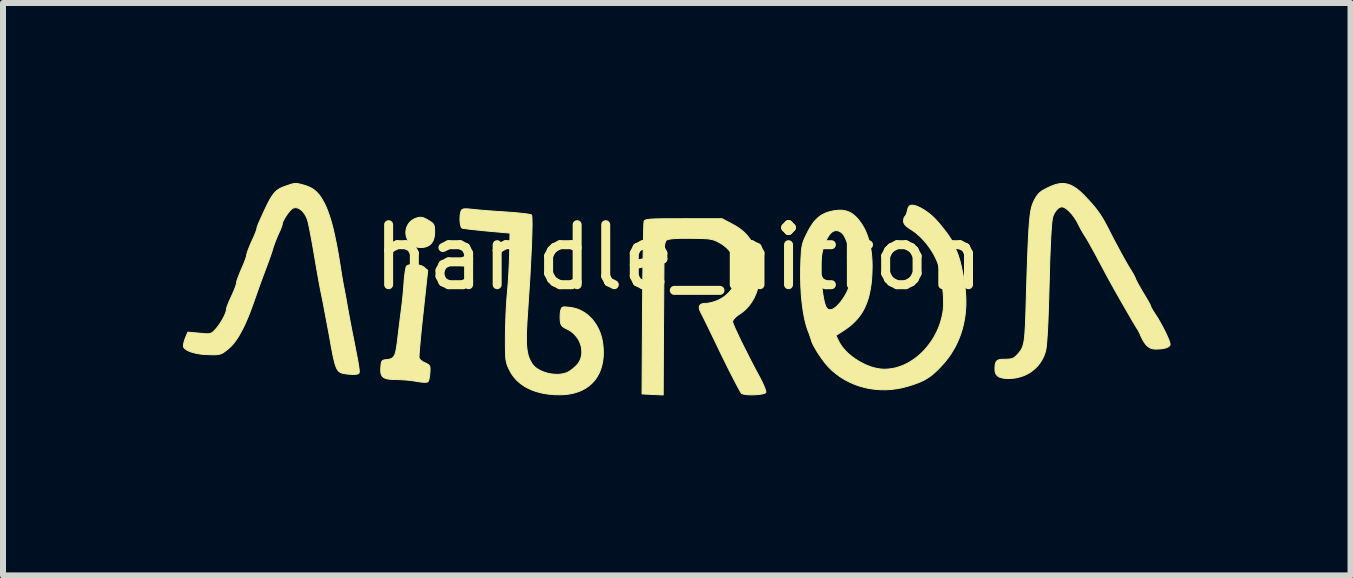
<source format=kicad_pcb>
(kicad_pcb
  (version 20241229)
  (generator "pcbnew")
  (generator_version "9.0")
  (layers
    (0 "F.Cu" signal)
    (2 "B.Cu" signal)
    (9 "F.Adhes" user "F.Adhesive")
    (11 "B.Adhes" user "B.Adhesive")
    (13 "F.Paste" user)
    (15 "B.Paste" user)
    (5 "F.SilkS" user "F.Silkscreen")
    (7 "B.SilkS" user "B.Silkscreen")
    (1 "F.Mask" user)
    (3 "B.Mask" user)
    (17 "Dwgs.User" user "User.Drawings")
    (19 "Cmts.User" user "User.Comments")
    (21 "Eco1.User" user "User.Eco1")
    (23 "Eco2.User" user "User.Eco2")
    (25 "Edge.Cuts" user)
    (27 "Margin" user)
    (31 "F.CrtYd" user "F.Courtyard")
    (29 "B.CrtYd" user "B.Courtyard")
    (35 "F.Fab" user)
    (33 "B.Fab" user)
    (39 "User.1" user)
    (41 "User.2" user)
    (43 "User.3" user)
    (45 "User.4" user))
  (footprint "handle_nitron"
    (layer "F.Cu")
    (at 8.262 1.741)
    (property "Reference" "handle_nitron" (at 0 -0.5 0) (unlocked yes) (layer "F.SilkS") (effects (font (size 1 1) (thickness 0.15))))
    (attr smd)
    (fp_poly (pts (xy -4.289 -1.168) (xy -4.277 -1.166) (xy -4.265 -1.164) (xy -4.252 -1.16) (xy -4.239 -1.155) (xy -4.226 -1.149) (xy -4.211 -1.142) (xy -4.196 -1.134) (xy -4.18 -1.124) (xy -4.162 -1.114) (xy -4.147 -1.104) (xy -4.133 -1.095) (xy -4.121 -1.087) (xy -4.11 -1.078) (xy -4.101 -1.07) (xy -4.097 -1.066) (xy -4.094 -1.062) (xy -4.09 -1.057) (xy -4.087 -1.053) (xy -4.084 -1.048) (xy -4.082 -1.044) (xy -4.079 -1.039) (xy -4.077 -1.034) (xy -4.075 -1.028) (xy -4.074 -1.023) (xy -4.071 -1.01) (xy -4.069 -0.997) (xy -4.068 -0.982) (xy -4.067 -0.965) (xy -4.066 -0.946) (xy -4.066 -0.925) (xy -4.067 -0.909) (xy -4.067 -0.894) (xy -4.068 -0.879) (xy -4.07 -0.864) (xy -4.072 -0.85) (xy -4.075 -0.837) (xy -4.078 -0.824) (xy -4.081 -0.812) (xy -4.085 -0.8) (xy -4.089 -0.788) (xy -4.094 -0.777) (xy -4.099 -0.767) (xy -4.105 -0.757) (xy -4.111 -0.748) (xy -4.118 -0.739) (xy -4.125 -0.73) (xy -4.132 -0.723) (xy -4.14 -0.715) (xy -4.149 -0.708) (xy -4.158 -0.702) (xy -4.167 -0.696) (xy -4.177 -0.691) (xy -4.187 -0.686) (xy -4.197 -0.682) (xy -4.208 -0.678) (xy -4.22 -0.674) (xy -4.232 -0.672) (xy -4.244 -0.669) (xy -4.257 -0.667) (xy -4.27 -0.666) (xy -4.284 -0.665) (xy -4.298 -0.665) (xy -4.324 -0.666) (xy -4.348 -0.67) (xy -4.371 -0.675) (xy -4.393 -0.682) (xy -4.414 -0.691) (xy -4.433 -0.702) (xy -4.45 -0.714) (xy -4.467 -0.728) (xy -4.481 -0.743) (xy -4.495 -0.759) (xy -4.506 -0.776) (xy -4.517 -0.794) (xy -4.526 -0.813) (xy -4.533 -0.833) (xy -4.539 -0.853) (xy -4.543 -0.873) (xy -4.545 -0.894) (xy -4.546 -0.915) (xy -4.545 -0.936) (xy -4.543 -0.957) (xy -4.539 -0.977) (xy -4.533 -0.998) (xy -4.525 -1.017) (xy -4.516 -1.037) (xy -4.505 -1.055) (xy -4.492 -1.073) (xy -4.478 -1.089) (xy -4.461 -1.105) (xy -4.443 -1.119) (xy -4.423 -1.132) (xy -4.401 -1.144) (xy -4.377 -1.153) (xy -4.363 -1.158) (xy -4.35 -1.162) (xy -4.337 -1.165) (xy -4.325 -1.167) (xy -4.313 -1.169) (xy -4.301 -1.169)) (stroke (width 0.016) (type solid)) (fill yes) (layer "F.SilkS"))
    (fp_poly (pts (xy -4.401 -0.382) (xy -4.378 -0.381) (xy -4.355 -0.378) (xy -4.332 -0.373) (xy -4.31 -0.368) (xy -4.29 -0.362) (xy -4.271 -0.354) (xy -4.263 -0.35) (xy -4.255 -0.345) (xy -4.248 -0.34) (xy -4.241 -0.335) (xy -4.182 -0.284) (xy -4.258 0.421) (xy -4.288 0.698) (xy -4.31 0.932) (xy -4.318 1.025) (xy -4.324 1.098) (xy -4.326 1.148) (xy -4.327 1.164) (xy -4.326 1.172) (xy -4.326 1.175) (xy -4.325 1.177) (xy -4.324 1.18) (xy -4.323 1.182) (xy -4.32 1.187) (xy -4.317 1.193) (xy -4.312 1.198) (xy -4.307 1.204) (xy -4.301 1.21) (xy -4.295 1.216) (xy -4.288 1.221) (xy -4.28 1.227) (xy -4.272 1.232) (xy -4.264 1.238) (xy -4.255 1.243) (xy -4.246 1.248) (xy -4.237 1.252) (xy -4.227 1.257) (xy -4.212 1.263) (xy -4.199 1.27) (xy -4.188 1.276) (xy -4.178 1.282) (xy -4.173 1.285) (xy -4.169 1.288) (xy -4.165 1.291) (xy -4.162 1.294) (xy -4.159 1.298) (xy -4.156 1.301) (xy -4.154 1.305) (xy -4.151 1.309) (xy -4.149 1.314) (xy -4.148 1.318) (xy -4.146 1.323) (xy -4.145 1.328) (xy -4.144 1.334) (xy -4.144 1.34) (xy -4.143 1.352) (xy -4.143 1.367) (xy -4.143 1.384) (xy -4.144 1.402) (xy -4.145 1.423) (xy -4.147 1.436) (xy -4.148 1.45) (xy -4.149 1.462) (xy -4.151 1.475) (xy -4.153 1.487) (xy -4.155 1.499) (xy -4.157 1.51) (xy -4.159 1.52) (xy -4.161 1.53) (xy -4.164 1.539) (xy -4.166 1.547) (xy -4.169 1.555) (xy -4.171 1.561) (xy -4.174 1.566) (xy -4.175 1.568) (xy -4.177 1.57) (xy -4.178 1.572) (xy -4.179 1.573) (xy -4.182 1.575) (xy -4.187 1.577) (xy -4.193 1.579) (xy -4.2 1.58) (xy -4.209 1.581) (xy -4.219 1.582) (xy -4.231 1.582) (xy -4.243 1.582) (xy -4.27 1.58) (xy -4.3 1.577) (xy -4.332 1.573) (xy -4.366 1.567) (xy -4.402 1.561) (xy -4.443 1.555) (xy -4.486 1.55) (xy -4.531 1.545) (xy -4.577 1.542) (xy -4.621 1.539) (xy -4.663 1.537) (xy -4.701 1.536) (xy -4.742 1.536) (xy -4.778 1.534) (xy -4.81 1.532) (xy -4.825 1.53) (xy -4.839 1.528) (xy -4.852 1.526) (xy -4.865 1.523) (xy -4.876 1.52) (xy -4.887 1.516) (xy -4.896 1.512) (xy -4.906 1.508) (xy -4.914 1.503) (xy -4.922 1.498) (xy -4.928 1.492) (xy -4.935 1.486) (xy -4.94 1.479) (xy -4.945 1.472) (xy -4.95 1.464) (xy -4.953 1.456) (xy -4.957 1.447) (xy -4.959 1.437) (xy -4.962 1.427) (xy -4.963 1.417) (xy -4.964 1.405) (xy -4.965 1.393) (xy -4.965 1.381) (xy -4.965 1.367) (xy -4.964 1.339) (xy -4.962 1.318) (xy -4.961 1.299) (xy -4.959 1.283) (xy -4.957 1.269) (xy -4.956 1.262) (xy -4.954 1.256) (xy -4.953 1.251) (xy -4.951 1.246) (xy -4.949 1.241) (xy -4.948 1.237) (xy -4.945 1.233) (xy -4.943 1.23) (xy -4.94 1.226) (xy -4.938 1.223) (xy -4.935 1.221) (xy -4.931 1.218) (xy -4.928 1.216) (xy -4.924 1.214) (xy -4.92 1.213) (xy -4.915 1.211) (xy -4.91 1.21) (xy -4.905 1.209) (xy -4.893 1.207) (xy -4.88 1.205) (xy -4.865 1.203) (xy -4.843 1.201) (xy -4.823 1.197) (xy -4.805 1.193) (xy -4.789 1.186) (xy -4.782 1.183) (xy -4.775 1.179) (xy -4.769 1.174) (xy -4.762 1.169) (xy -4.757 1.163) (xy -4.751 1.157) (xy -4.746 1.149) (xy -4.741 1.142) (xy -4.732 1.124) (xy -4.724 1.103) (xy -4.717 1.079) (xy -4.711 1.052) (xy -4.705 1.02) (xy -4.699 0.984) (xy -4.693 0.944) (xy -4.687 0.898) (xy -4.659 0.665) (xy -4.628 0.421) (xy -4.613 0.303) (xy -4.598 0.171) (xy -4.586 0.041) (xy -4.577 -0.072) (xy -4.574 -0.122) (xy -4.569 -0.169) (xy -4.564 -0.213) (xy -4.559 -0.253) (xy -4.553 -0.288) (xy -4.547 -0.316) (xy -4.545 -0.328) (xy -4.542 -0.337) (xy -4.54 -0.344) (xy -4.538 -0.349) (xy -4.534 -0.354) (xy -4.529 -0.358) (xy -4.524 -0.362) (xy -4.518 -0.365) (xy -4.511 -0.369) (xy -4.503 -0.371) (xy -4.486 -0.376) (xy -4.467 -0.38) (xy -4.446 -0.382) (xy -4.424 -0.383)) (stroke (width 0.016) (type solid)) (fill yes) (layer "F.SilkS"))
    (fp_poly (pts (xy 0.906 -1.049) (xy 0.946 -1.027) (xy 0.983 -1.004) (xy 1.018 -0.98) (xy 1.051 -0.955) (xy 1.083 -0.928) (xy 1.112 -0.9) (xy 1.14 -0.871) (xy 1.165 -0.84) (xy 1.189 -0.808) (xy 1.212 -0.774) (xy 1.232 -0.739) (xy 1.251 -0.702) (xy 1.268 -0.664) (xy 1.284 -0.624) (xy 1.298 -0.582) (xy 1.31 -0.538) (xy 1.32 -0.499) (xy 1.328 -0.459) (xy 1.335 -0.42) (xy 1.341 -0.382) (xy 1.345 -0.343) (xy 1.348 -0.305) (xy 1.35 -0.268) (xy 1.35 -0.231) (xy 1.35 -0.194) (xy 1.348 -0.158) (xy 1.345 -0.123) (xy 1.34 -0.088) (xy 1.335 -0.053) (xy 1.328 -0.02) (xy 1.32 0.014) (xy 1.31 0.046) (xy 1.3 0.078) (xy 1.288 0.109) (xy 1.275 0.139) (xy 1.262 0.169) (xy 1.246 0.198) (xy 1.23 0.225) (xy 1.213 0.252) (xy 1.194 0.279) (xy 1.175 0.304) (xy 1.154 0.328) (xy 1.133 0.351) (xy 1.11 0.374) (xy 1.086 0.395) (xy 1.061 0.415) (xy 1.035 0.434) (xy 1.008 0.452) (xy 0.997 0.46) (xy 0.986 0.467) (xy 0.976 0.475) (xy 0.966 0.482) (xy 0.957 0.491) (xy 0.948 0.499) (xy 0.94 0.507) (xy 0.932 0.515) (xy 0.925 0.523) (xy 0.919 0.531) (xy 0.914 0.538) (xy 0.909 0.546) (xy 0.907 0.549) (xy 0.906 0.553) (xy 0.904 0.556) (xy 0.903 0.559) (xy 0.902 0.562) (xy 0.901 0.565) (xy 0.901 0.568) (xy 0.901 0.571) (xy 0.903 0.585) (xy 0.911 0.608) (xy 0.941 0.68) (xy 0.988 0.781) (xy 1.047 0.906) (xy 1.196 1.202) (xy 1.279 1.361) (xy 1.364 1.519) (xy 1.374 1.539) (xy 1.384 1.559) (xy 1.394 1.579) (xy 1.403 1.598) (xy 1.411 1.616) (xy 1.419 1.634) (xy 1.426 1.652) (xy 1.433 1.668) (xy 1.439 1.683) (xy 1.444 1.697) (xy 1.448 1.71) (xy 1.451 1.721) (xy 1.454 1.731) (xy 1.455 1.739) (xy 1.455 1.743) (xy 1.455 1.746) (xy 1.455 1.749) (xy 1.454 1.751) (xy 1.451 1.755) (xy 1.447 1.758) (xy 1.441 1.762) (xy 1.434 1.765) (xy 1.416 1.771) (xy 1.392 1.777) (xy 1.365 1.781) (xy 1.335 1.785) (xy 1.303 1.788) (xy 1.269 1.79) (xy 1.235 1.791) (xy 1.201 1.791) (xy 1.168 1.79) (xy 1.137 1.788) (xy 1.109 1.784) (xy 1.085 1.78) (xy 1.065 1.774) (xy 1.057 1.771) (xy 1.05 1.768) (xy 1.046 1.762) (xy 1.038 1.751) (xy 1.015 1.711) (xy 0.94 1.571) (xy 0.837 1.37) (xy 0.717 1.127) (xy 0.598 0.879) (xy 0.494 0.665) (xy 0.416 0.506) (xy 0.376 0.427) (xy 0.37 0.417) (xy 0.366 0.408) (xy 0.361 0.398) (xy 0.358 0.389) (xy 0.354 0.381) (xy 0.351 0.372) (xy 0.349 0.364) (xy 0.347 0.357) (xy 0.346 0.349) (xy 0.345 0.342) (xy 0.345 0.335) (xy 0.345 0.329) (xy 0.346 0.323) (xy 0.347 0.317) (xy 0.349 0.312) (xy 0.351 0.306) (xy 0.353 0.302) (xy 0.357 0.297) (xy 0.36 0.293) (xy 0.365 0.289) (xy 0.369 0.285) (xy 0.375 0.282) (xy 0.38 0.279) (xy 0.387 0.276) (xy 0.393 0.274) (xy 0.401 0.272) (xy 0.408 0.27) (xy 0.417 0.269) (xy 0.425 0.268) (xy 0.435 0.267) (xy 0.444 0.266) (xy 0.455 0.266) (xy 0.465 0.266) (xy 0.476 0.265) (xy 0.487 0.264) (xy 0.5 0.262) (xy 0.513 0.259) (xy 0.526 0.257) (xy 0.554 0.25) (xy 0.582 0.242) (xy 0.61 0.233) (xy 0.636 0.223) (xy 0.649 0.218) (xy 0.661 0.213) (xy 0.699 0.193) (xy 0.735 0.172) (xy 0.768 0.149) (xy 0.799 0.124) (xy 0.827 0.097) (xy 0.853 0.07) (xy 0.877 0.04) (xy 0.898 0.01) (xy 0.916 -0.022) (xy 0.933 -0.054) (xy 0.946 -0.088) (xy 0.957 -0.122) (xy 0.966 -0.157) (xy 0.972 -0.192) (xy 0.976 -0.227) (xy 0.978 -0.263) (xy 0.977 -0.299) (xy 0.973 -0.334) (xy 0.967 -0.37) (xy 0.958 -0.405) (xy 0.947 -0.44) (xy 0.934 -0.474) (xy 0.918 -0.507) (xy 0.9 -0.54) (xy 0.879 -0.572) (xy 0.856 -0.602) (xy 0.83 -0.631) (xy 0.802 -0.659) (xy 0.771 -0.686) (xy 0.738 -0.711) (xy 0.702 -0.734) (xy 0.664 -0.755) (xy 0.628 -0.774) (xy 0.61 -0.781) (xy 0.591 -0.788) (xy 0.572 -0.794) (xy 0.551 -0.799) (xy 0.529 -0.803) (xy 0.505 -0.807) (xy 0.478 -0.81) (xy 0.449 -0.812) (xy 0.38 -0.815) (xy 0.294 -0.817) (xy 0.19 -0.818) (xy 0.143 -0.818) (xy 0.1 -0.818) (xy 0.06 -0.818) (xy 0.023 -0.817) (xy -0.011 -0.816) (xy -0.042 -0.815) (xy -0.07 -0.813) (xy -0.095 -0.811) (xy -0.117 -0.809) (xy -0.137 -0.806) (xy -0.154 -0.803) (xy -0.169 -0.8) (xy -0.182 -0.796) (xy -0.187 -0.795) (xy -0.192 -0.793) (xy -0.196 -0.79) (xy -0.2 -0.788) (xy -0.203 -0.786) (xy -0.206 -0.784) (xy -0.21 -0.779) (xy -0.214 -0.772) (xy -0.217 -0.765) (xy -0.221 -0.756) (xy -0.224 -0.746) (xy -0.227 -0.734) (xy -0.23 -0.722) (xy -0.232 -0.709) (xy -0.235 -0.694) (xy -0.237 -0.679) (xy -0.24 -0.646) (xy -0.242 -0.61) (xy -0.242 -0.572) (xy -0.251 0.698) (xy -0.256 1.793) (xy -0.431 1.785) (xy -0.609 1.776) (xy -0.601 0.365) (xy -0.596 -0.187) (xy -0.589 -0.646) (xy -0.582 -0.966) (xy -0.579 -1.058) (xy -0.575 -1.097) (xy -0.573 -1.105) (xy -0.568 -1.112) (xy -0.561 -1.118) (xy -0.551 -1.123) (xy -0.537 -1.128) (xy -0.518 -1.132) (xy -0.463 -1.138) (xy -0.382 -1.142) (xy -0.268 -1.144) (xy 0.082 -1.145) (xy 0.726 -1.145)) (stroke (width 0.016) (type solid)) (fill yes) (layer "F.SilkS"))
    (fp_poly (pts (xy -3.53 -1.31) (xy -3.513 -1.309) (xy -3.493 -1.307) (xy -3.448 -1.303) (xy -3.355 -1.293) (xy -3.217 -1.281) (xy -3.054 -1.269) (xy -2.884 -1.258) (xy -2.802 -1.252) (xy -2.724 -1.246) (xy -2.653 -1.239) (xy -2.59 -1.232) (xy -2.536 -1.226) (xy -2.494 -1.219) (xy -2.478 -1.216) (xy -2.466 -1.213) (xy -2.457 -1.21) (xy -2.454 -1.208) (xy -2.452 -1.207) (xy -2.447 -1.193) (xy -2.444 -1.162) (xy -2.442 -1.055) (xy -2.445 -0.892) (xy -2.452 -0.683) (xy -2.479 -0.153) (xy -2.52 0.472) (xy -2.526 0.561) (xy -2.53 0.643) (xy -2.534 0.718) (xy -2.536 0.786) (xy -2.536 0.848) (xy -2.536 0.905) (xy -2.534 0.956) (xy -2.53 1.003) (xy -2.525 1.046) (xy -2.518 1.085) (xy -2.51 1.122) (xy -2.5 1.155) (xy -2.488 1.187) (xy -2.474 1.217) (xy -2.458 1.246) (xy -2.441 1.274) (xy -2.431 1.288) (xy -2.42 1.301) (xy -2.407 1.314) (xy -2.394 1.327) (xy -2.379 1.339) (xy -2.364 1.351) (xy -2.33 1.372) (xy -2.293 1.391) (xy -2.253 1.408) (xy -2.212 1.422) (xy -2.169 1.434) (xy -2.125 1.442) (xy -2.081 1.447) (xy -2.037 1.45) (xy -1.994 1.449) (xy -1.952 1.444) (xy -1.912 1.436) (xy -1.893 1.431) (xy -1.874 1.425) (xy -1.856 1.417) (xy -1.84 1.409) (xy -1.831 1.405) (xy -1.822 1.399) (xy -1.812 1.393) (xy -1.802 1.387) (xy -1.792 1.379) (xy -1.782 1.372) (xy -1.771 1.364) (xy -1.761 1.355) (xy -1.751 1.346) (xy -1.74 1.337) (xy -1.73 1.328) (xy -1.72 1.319) (xy -1.711 1.31) (xy -1.701 1.3) (xy -1.693 1.291) (xy -1.684 1.282) (xy -1.671 1.265) (xy -1.66 1.248) (xy -1.649 1.229) (xy -1.64 1.21) (xy -1.632 1.191) (xy -1.626 1.171) (xy -1.621 1.151) (xy -1.617 1.131) (xy -1.614 1.11) (xy -1.613 1.089) (xy -1.613 1.068) (xy -1.614 1.047) (xy -1.616 1.026) (xy -1.619 1.005) (xy -1.623 0.984) (xy -1.629 0.963) (xy -1.636 0.943) (xy -1.644 0.922) (xy -1.652 0.902) (xy -1.662 0.882) (xy -1.673 0.863) (xy -1.685 0.844) (xy -1.699 0.826) (xy -1.713 0.808) (xy -1.728 0.791) (xy -1.744 0.775) (xy -1.761 0.759) (xy -1.779 0.745) (xy -1.797 0.731) (xy -1.817 0.718) (xy -1.838 0.706) (xy -1.859 0.695) (xy -1.875 0.688) (xy -1.888 0.681) (xy -1.901 0.674) (xy -1.912 0.667) (xy -1.922 0.66) (xy -1.927 0.657) (xy -1.931 0.653) (xy -1.935 0.649) (xy -1.939 0.646) (xy -1.942 0.642) (xy -1.945 0.638) (xy -1.949 0.634) (xy -1.951 0.63) (xy -1.954 0.626) (xy -1.956 0.621) (xy -1.959 0.616) (xy -1.961 0.612) (xy -1.963 0.607) (xy -1.964 0.602) (xy -1.966 0.596) (xy -1.967 0.59) (xy -1.969 0.578) (xy -1.971 0.565) (xy -1.972 0.551) (xy -1.973 0.541) (xy -1.974 0.53) (xy -1.975 0.508) (xy -1.975 0.485) (xy -1.974 0.463) (xy -1.973 0.441) (xy -1.972 0.43) (xy -1.971 0.42) (xy -1.969 0.41) (xy -1.968 0.401) (xy -1.966 0.393) (xy -1.964 0.385) (xy -1.961 0.373) (xy -1.958 0.363) (xy -1.955 0.354) (xy -1.951 0.347) (xy -1.949 0.344) (xy -1.947 0.341) (xy -1.944 0.338) (xy -1.942 0.336) (xy -1.939 0.334) (xy -1.936 0.332) (xy -1.932 0.33) (xy -1.929 0.329) (xy -1.924 0.327) (xy -1.92 0.327) (xy -1.909 0.325) (xy -1.897 0.325) (xy -1.883 0.326) (xy -1.866 0.327) (xy -1.847 0.329) (xy -1.8 0.334) (xy -1.774 0.338) (xy -1.748 0.344) (xy -1.722 0.35) (xy -1.697 0.358) (xy -1.672 0.367) (xy -1.648 0.377) (xy -1.624 0.389) (xy -1.601 0.401) (xy -1.578 0.414) (xy -1.556 0.429) (xy -1.514 0.46) (xy -1.474 0.496) (xy -1.437 0.535) (xy -1.404 0.578) (xy -1.373 0.624) (xy -1.345 0.673) (xy -1.321 0.725) (xy -1.3 0.78) (xy -1.283 0.838) (xy -1.27 0.898) (xy -1.261 0.96) (xy -1.257 1.008) (xy -1.254 1.053) (xy -1.254 1.098) (xy -1.255 1.142) (xy -1.259 1.184) (xy -1.264 1.226) (xy -1.271 1.266) (xy -1.28 1.304) (xy -1.291 1.342) (xy -1.303 1.378) (xy -1.317 1.413) (xy -1.333 1.446) (xy -1.351 1.478) (xy -1.37 1.509) (xy -1.391 1.538) (xy -1.414 1.566) (xy -1.438 1.592) (xy -1.464 1.617) (xy -1.492 1.64) (xy -1.521 1.662) (xy -1.551 1.682) (xy -1.583 1.7) (xy -1.617 1.717) (xy -1.652 1.732) (xy -1.689 1.745) (xy -1.727 1.757) (xy -1.766 1.767) (xy -1.807 1.775) (xy -1.849 1.782) (xy -1.893 1.786) (xy -1.937 1.789) (xy -1.984 1.79) (xy -2.058 1.789) (xy -2.094 1.786) (xy -2.129 1.783) (xy -2.164 1.78) (xy -2.198 1.775) (xy -2.231 1.77) (xy -2.264 1.764) (xy -2.296 1.757) (xy -2.327 1.749) (xy -2.358 1.74) (xy -2.388 1.731) (xy -2.417 1.721) (xy -2.446 1.71) (xy -2.473 1.698) (xy -2.5 1.686) (xy -2.526 1.673) (xy -2.551 1.659) (xy -2.576 1.644) (xy -2.599 1.628) (xy -2.622 1.612) (xy -2.644 1.595) (xy -2.665 1.578) (xy -2.685 1.559) (xy -2.705 1.54) (xy -2.723 1.52) (xy -2.74 1.5) (xy -2.757 1.478) (xy -2.772 1.457) (xy -2.787 1.434) (xy -2.801 1.411) (xy -2.813 1.387) (xy -2.837 1.339) (xy -2.847 1.317) (xy -2.855 1.296) (xy -2.862 1.274) (xy -2.868 1.252) (xy -2.873 1.228) (xy -2.878 1.202) (xy -2.881 1.173) (xy -2.883 1.14) (xy -2.886 1.061) (xy -2.887 0.96) (xy -2.887 0.831) (xy -2.886 0.741) (xy -2.884 0.645) (xy -2.877 0.442) (xy -2.872 0.342) (xy -2.866 0.246) (xy -2.86 0.159) (xy -2.853 0.083) (xy -2.84 -0.074) (xy -2.829 -0.252) (xy -2.821 -0.428) (xy -2.816 -0.58) (xy -2.81 -0.905) (xy -3.189 -0.939) (xy -3.339 -0.954) (xy -3.468 -0.968) (xy -3.521 -0.974) (xy -3.562 -0.98) (xy -3.591 -0.984) (xy -3.606 -0.987) (xy -3.61 -0.989) (xy -3.613 -0.992) (xy -3.617 -0.996) (xy -3.62 -1.001) (xy -3.626 -1.012) (xy -3.63 -1.027) (xy -3.635 -1.043) (xy -3.638 -1.062) (xy -3.641 -1.083) (xy -3.643 -1.104) (xy -3.644 -1.126) (xy -3.644 -1.149) (xy -3.643 -1.172) (xy -3.642 -1.194) (xy -3.639 -1.216) (xy -3.636 -1.236) (xy -3.631 -1.255) (xy -3.626 -1.272) (xy -3.623 -1.279) (xy -3.619 -1.285) (xy -3.615 -1.291) (xy -3.61 -1.295) (xy -3.604 -1.299) (xy -3.597 -1.303) (xy -3.59 -1.306) (xy -3.581 -1.308) (xy -3.57 -1.309) (xy -3.558 -1.31) (xy -3.545 -1.31)) (stroke (width 0.016) (type solid)) (fill yes) (layer "F.SilkS"))
    (fp_poly (pts (xy 6.422 -1.732) (xy 6.44 -1.73) (xy 6.459 -1.727) (xy 6.477 -1.723) (xy 6.496 -1.718) (xy 6.514 -1.712) (xy 6.532 -1.705) (xy 6.551 -1.697) (xy 6.569 -1.687) (xy 6.588 -1.676) (xy 6.607 -1.665) (xy 6.626 -1.652) (xy 6.645 -1.638) (xy 6.664 -1.623) (xy 6.704 -1.589) (xy 6.745 -1.55) (xy 6.788 -1.506) (xy 6.851 -1.438) (xy 6.88 -1.406) (xy 6.907 -1.375) (xy 6.932 -1.345) (xy 6.956 -1.315) (xy 6.979 -1.286) (xy 7 -1.256) (xy 7.021 -1.227) (xy 7.041 -1.196) (xy 7.061 -1.165) (xy 7.08 -1.133) (xy 7.099 -1.1) (xy 7.118 -1.065) (xy 7.158 -0.99) (xy 7.211 -0.885) (xy 7.267 -0.777) (xy 7.324 -0.671) (xy 7.378 -0.57) (xy 7.429 -0.478) (xy 7.474 -0.399) (xy 7.51 -0.337) (xy 7.536 -0.295) (xy 7.547 -0.279) (xy 7.558 -0.26) (xy 7.569 -0.241) (xy 7.581 -0.221) (xy 7.591 -0.202) (xy 7.6 -0.184) (xy 7.609 -0.166) (xy 7.612 -0.159) (xy 7.615 -0.152) (xy 7.622 -0.133) (xy 7.634 -0.109) (xy 7.649 -0.08) (xy 7.667 -0.046) (xy 7.71 0.029) (xy 7.756 0.108) (xy 7.78 0.146) (xy 7.801 0.182) (xy 7.821 0.216) (xy 7.838 0.246) (xy 7.852 0.273) (xy 7.863 0.294) (xy 7.867 0.302) (xy 7.869 0.309) (xy 7.871 0.314) (xy 7.872 0.317) (xy 7.872 0.32) (xy 7.873 0.323) (xy 7.875 0.328) (xy 7.877 0.333) (xy 7.883 0.345) (xy 7.892 0.36) (xy 7.902 0.377) (xy 7.913 0.396) (xy 7.926 0.415) (xy 7.939 0.436) (xy 7.962 0.471) (xy 7.986 0.508) (xy 8.009 0.547) (xy 8.032 0.588) (xy 8.055 0.629) (xy 8.077 0.67) (xy 8.117 0.749) (xy 8.135 0.787) (xy 8.151 0.823) (xy 8.165 0.855) (xy 8.177 0.885) (xy 8.186 0.91) (xy 8.191 0.931) (xy 8.194 0.947) (xy 8.194 0.953) (xy 8.193 0.958) (xy 8.189 0.966) (xy 8.184 0.974) (xy 8.177 0.981) (xy 8.168 0.988) (xy 8.158 0.994) (xy 8.146 1) (xy 8.133 1.005) (xy 8.119 1.01) (xy 8.102 1.014) (xy 8.085 1.018) (xy 8.066 1.021) (xy 8.046 1.024) (xy 8.024 1.026) (xy 8.001 1.027) (xy 7.976 1.028) (xy 7.951 1.028) (xy 7.931 1.027) (xy 7.912 1.025) (xy 7.894 1.021) (xy 7.877 1.015) (xy 7.868 1.012) (xy 7.86 1.008) (xy 7.852 1.004) (xy 7.844 0.999) (xy 7.828 0.988) (xy 7.813 0.975) (xy 7.798 0.961) (xy 7.784 0.944) (xy 7.77 0.925) (xy 7.756 0.904) (xy 7.742 0.881) (xy 7.729 0.856) (xy 7.716 0.829) (xy 7.702 0.8) (xy 7.697 0.785) (xy 7.69 0.77) (xy 7.683 0.755) (xy 7.675 0.739) (xy 7.667 0.725) (xy 7.66 0.711) (xy 7.656 0.705) (xy 7.653 0.699) (xy 7.649 0.694) (xy 7.646 0.69) (xy 7.615 0.64) (xy 7.562 0.551) (xy 7.417 0.3) (xy 7.263 0.03) (xy 7.152 -0.171) (xy 6.996 -0.463) (xy 6.937 -0.574) (xy 6.887 -0.664) (xy 6.847 -0.736) (xy 6.815 -0.792) (xy 6.79 -0.833) (xy 6.771 -0.863) (xy 6.76 -0.88) (xy 6.747 -0.901) (xy 6.733 -0.926) (xy 6.717 -0.953) (xy 6.701 -0.982) (xy 6.685 -1.012) (xy 6.67 -1.042) (xy 6.655 -1.072) (xy 6.642 -1.097) (xy 6.627 -1.122) (xy 6.611 -1.147) (xy 6.595 -1.171) (xy 6.577 -1.194) (xy 6.56 -1.217) (xy 6.541 -1.238) (xy 6.523 -1.258) (xy 6.505 -1.276) (xy 6.486 -1.292) (xy 6.469 -1.307) (xy 6.452 -1.319) (xy 6.443 -1.324) (xy 6.435 -1.329) (xy 6.427 -1.333) (xy 6.42 -1.336) (xy 6.413 -1.339) (xy 6.406 -1.341) (xy 6.399 -1.342) (xy 6.393 -1.342) (xy 6.387 -1.342) (xy 6.382 -1.342) (xy 6.376 -1.341) (xy 6.37 -1.339) (xy 6.365 -1.338) (xy 6.359 -1.336) (xy 6.348 -1.33) (xy 6.337 -1.324) (xy 6.327 -1.316) (xy 6.316 -1.306) (xy 6.306 -1.296) (xy 6.296 -1.284) (xy 6.286 -1.271) (xy 6.277 -1.257) (xy 6.268 -1.242) (xy 6.259 -1.227) (xy 6.252 -1.21) (xy 6.244 -1.192) (xy 6.238 -1.173) (xy 6.229 -1.134) (xy 6.221 -1.064) (xy 6.213 -0.964) (xy 6.205 -0.835) (xy 6.19 -0.496) (xy 6.178 -0.058) (xy 6.171 0.19) (xy 6.164 0.405) (xy 6.157 0.589) (xy 6.149 0.743) (xy 6.141 0.868) (xy 6.133 0.965) (xy 6.128 1.003) (xy 6.123 1.035) (xy 6.119 1.06) (xy 6.113 1.079) (xy 6.096 1.128) (xy 6.076 1.174) (xy 6.052 1.218) (xy 6.025 1.259) (xy 5.996 1.298) (xy 5.963 1.333) (xy 5.928 1.366) (xy 5.89 1.396) (xy 5.85 1.424) (xy 5.807 1.447) (xy 5.763 1.468) (xy 5.716 1.485) (xy 5.668 1.499) (xy 5.617 1.51) (xy 5.566 1.516) (xy 5.512 1.519) (xy 5.482 1.519) (xy 5.453 1.517) (xy 5.44 1.516) (xy 5.427 1.515) (xy 5.415 1.513) (xy 5.404 1.511) (xy 5.393 1.509) (xy 5.382 1.506) (xy 5.372 1.503) (xy 5.363 1.5) (xy 5.354 1.497) (xy 5.345 1.493) (xy 5.338 1.489) (xy 5.33 1.484) (xy 5.323 1.48) (xy 5.317 1.475) (xy 5.311 1.469) (xy 5.306 1.463) (xy 5.301 1.457) (xy 5.296 1.451) (xy 5.292 1.444) (xy 5.288 1.437) (xy 5.285 1.43) (xy 5.283 1.422) (xy 5.28 1.414) (xy 5.278 1.405) (xy 5.277 1.396) (xy 5.276 1.387) (xy 5.275 1.377) (xy 5.275 1.367) (xy 5.275 1.341) (xy 5.276 1.317) (xy 5.278 1.297) (xy 5.279 1.287) (xy 5.281 1.278) (xy 5.283 1.27) (xy 5.285 1.263) (xy 5.287 1.255) (xy 5.29 1.249) (xy 5.293 1.243) (xy 5.297 1.237) (xy 5.301 1.232) (xy 5.305 1.227) (xy 5.31 1.223) (xy 5.315 1.219) (xy 5.32 1.216) (xy 5.326 1.212) (xy 5.333 1.21) (xy 5.34 1.207) (xy 5.348 1.205) (xy 5.356 1.203) (xy 5.365 1.202) (xy 5.374 1.201) (xy 5.395 1.199) (xy 5.418 1.198) (xy 5.445 1.198) (xy 5.466 1.197) (xy 5.485 1.197) (xy 5.503 1.196) (xy 5.519 1.194) (xy 5.526 1.193) (xy 5.533 1.192) (xy 5.54 1.191) (xy 5.547 1.189) (xy 5.553 1.188) (xy 5.56 1.186) (xy 5.566 1.184) (xy 5.572 1.181) (xy 5.577 1.179) (xy 5.583 1.176) (xy 5.588 1.173) (xy 5.594 1.169) (xy 5.599 1.165) (xy 5.605 1.161) (xy 5.61 1.157) (xy 5.616 1.152) (xy 5.627 1.142) (xy 5.639 1.13) (xy 5.651 1.117) (xy 5.665 1.102) (xy 5.7 1.058) (xy 5.714 1.035) (xy 5.727 1.011) (xy 5.738 0.983) (xy 5.747 0.951) (xy 5.756 0.914) (xy 5.763 0.87) (xy 5.769 0.82) (xy 5.774 0.76) (xy 5.783 0.612) (xy 5.79 0.417) (xy 5.797 0.167) (xy 5.81 -0.258) (xy 5.822 -0.594) (xy 5.828 -0.733) (xy 5.834 -0.855) (xy 5.84 -0.961) (xy 5.846 -1.052) (xy 5.853 -1.13) (xy 5.86 -1.197) (xy 5.868 -1.253) (xy 5.877 -1.302) (xy 5.887 -1.343) (xy 5.898 -1.379) (xy 5.911 -1.411) (xy 5.924 -1.441) (xy 5.935 -1.462) (xy 5.946 -1.481) (xy 5.956 -1.499) (xy 5.966 -1.515) (xy 5.977 -1.53) (xy 5.988 -1.544) (xy 5.999 -1.558) (xy 6.011 -1.57) (xy 6.023 -1.582) (xy 6.037 -1.593) (xy 6.052 -1.604) (xy 6.068 -1.615) (xy 6.086 -1.625) (xy 6.106 -1.636) (xy 6.127 -1.647) (xy 6.15 -1.659) (xy 6.197 -1.681) (xy 6.242 -1.699) (xy 6.263 -1.707) (xy 6.284 -1.714) (xy 6.305 -1.719) (xy 6.325 -1.724) (xy 6.345 -1.728) (xy 6.365 -1.73) (xy 6.384 -1.732) (xy 6.403 -1.732)) (stroke (width 0.016) (type solid)) (fill yes) (layer "F.SilkS"))
    (fp_poly (pts (xy -6.375 -1.733) (xy -6.361 -1.732) (xy -6.347 -1.73) (xy -6.332 -1.727) (xy -6.315 -1.723) (xy -6.297 -1.719) (xy -6.254 -1.707) (xy -6.22 -1.697) (xy -6.189 -1.686) (xy -6.16 -1.674) (xy -6.133 -1.661) (xy -6.107 -1.647) (xy -6.083 -1.631) (xy -6.06 -1.613) (xy -6.038 -1.594) (xy -6.017 -1.572) (xy -5.996 -1.549) (xy -5.977 -1.523) (xy -5.958 -1.495) (xy -5.939 -1.464) (xy -5.92 -1.43) (xy -5.9 -1.393) (xy -5.881 -1.354) (xy -5.849 -1.276) (xy -5.818 -1.189) (xy -5.788 -1.091) (xy -5.759 -0.981) (xy -5.731 -0.856) (xy -5.702 -0.716) (xy -5.673 -0.558) (xy -5.644 -0.383) (xy -5.63 -0.291) (xy -5.615 -0.197) (xy -5.6 -0.111) (xy -5.588 -0.044) (xy -5.557 0.116) (xy -5.538 0.219) (xy -5.52 0.323) (xy -5.499 0.439) (xy -5.473 0.579) (xy -5.445 0.725) (xy -5.418 0.859) (xy -5.388 1.013) (xy -5.364 1.136) (xy -5.354 1.188) (xy -5.346 1.233) (xy -5.339 1.272) (xy -5.334 1.306) (xy -5.33 1.334) (xy -5.326 1.358) (xy -5.324 1.378) (xy -5.323 1.394) (xy -5.323 1.407) (xy -5.324 1.412) (xy -5.324 1.417) (xy -5.325 1.42) (xy -5.326 1.424) (xy -5.327 1.427) (xy -5.328 1.429) (xy -5.33 1.432) (xy -5.332 1.434) (xy -5.338 1.438) (xy -5.347 1.442) (xy -5.357 1.445) (xy -5.37 1.447) (xy -5.384 1.449) (xy -5.4 1.45) (xy -5.417 1.451) (xy -5.436 1.451) (xy -5.455 1.45) (xy -5.475 1.449) (xy -5.497 1.447) (xy -5.518 1.445) (xy -5.54 1.442) (xy -5.562 1.439) (xy -5.585 1.435) (xy -5.606 1.43) (xy -5.626 1.423) (xy -5.643 1.415) (xy -5.659 1.404) (xy -5.674 1.39) (xy -5.687 1.371) (xy -5.7 1.348) (xy -5.712 1.318) (xy -5.725 1.282) (xy -5.737 1.238) (xy -5.749 1.186) (xy -5.763 1.125) (xy -5.792 0.972) (xy -5.827 0.774) (xy -5.897 0.403) (xy -5.929 0.234) (xy -5.96 0.083) (xy -5.975 0.007) (xy -5.994 -0.093) (xy -6.033 -0.312) (xy -6.077 -0.57) (xy -6.116 -0.792) (xy -6.149 -0.964) (xy -6.172 -1.074) (xy -6.176 -1.091) (xy -6.181 -1.107) (xy -6.186 -1.123) (xy -6.191 -1.139) (xy -6.197 -1.154) (xy -6.203 -1.168) (xy -6.21 -1.182) (xy -6.217 -1.196) (xy -6.224 -1.209) (xy -6.232 -1.221) (xy -6.24 -1.233) (xy -6.248 -1.244) (xy -6.256 -1.255) (xy -6.265 -1.265) (xy -6.274 -1.274) (xy -6.283 -1.283) (xy -6.292 -1.291) (xy -6.301 -1.298) (xy -6.311 -1.304) (xy -6.32 -1.31) (xy -6.33 -1.315) (xy -6.339 -1.32) (xy -6.349 -1.323) (xy -6.359 -1.326) (xy -6.368 -1.328) (xy -6.378 -1.329) (xy -6.388 -1.329) (xy -6.397 -1.329) (xy -6.407 -1.327) (xy -6.416 -1.325) (xy -6.425 -1.321) (xy -6.434 -1.317) (xy -6.439 -1.314) (xy -6.445 -1.31) (xy -6.457 -1.299) (xy -6.47 -1.286) (xy -6.484 -1.271) (xy -6.498 -1.253) (xy -6.512 -1.235) (xy -6.527 -1.215) (xy -6.54 -1.195) (xy -6.554 -1.174) (xy -6.566 -1.154) (xy -6.577 -1.134) (xy -6.587 -1.115) (xy -6.595 -1.098) (xy -6.601 -1.082) (xy -6.605 -1.068) (xy -6.606 -1.063) (xy -6.606 -1.057) (xy -6.607 -1.054) (xy -6.608 -1.048) (xy -6.612 -1.034) (xy -6.618 -1.014) (xy -6.627 -0.991) (xy -6.637 -0.965) (xy -6.649 -0.937) (xy -6.663 -0.907) (xy -6.677 -0.877) (xy -6.691 -0.844) (xy -6.704 -0.811) (xy -6.718 -0.778) (xy -6.73 -0.745) (xy -6.741 -0.715) (xy -6.751 -0.688) (xy -6.759 -0.664) (xy -6.764 -0.645) (xy -6.77 -0.625) (xy -6.778 -0.599) (xy -6.801 -0.531) (xy -6.829 -0.452) (xy -6.86 -0.369) (xy -6.914 -0.224) (xy -6.967 -0.081) (xy -7.1 0.294) (xy -7.125 0.362) (xy -7.149 0.426) (xy -7.174 0.488) (xy -7.199 0.547) (xy -7.223 0.603) (xy -7.248 0.656) (xy -7.273 0.706) (xy -7.299 0.753) (xy -7.324 0.798) (xy -7.349 0.839) (xy -7.374 0.877) (xy -7.4 0.912) (xy -7.425 0.943) (xy -7.45 0.972) (xy -7.476 0.997) (xy -7.501 1.02) (xy -7.544 1.054) (xy -7.562 1.068) (xy -7.579 1.08) (xy -7.595 1.091) (xy -7.611 1.099) (xy -7.627 1.106) (xy -7.642 1.112) (xy -7.659 1.116) (xy -7.677 1.119) (xy -7.697 1.121) (xy -7.719 1.123) (xy -7.743 1.123) (xy -7.771 1.123) (xy -7.837 1.121) (xy -7.875 1.12) (xy -7.912 1.118) (xy -7.948 1.114) (xy -7.984 1.109) (xy -8.018 1.104) (xy -8.051 1.097) (xy -8.082 1.089) (xy -8.111 1.081) (xy -8.138 1.072) (xy -8.163 1.062) (xy -8.185 1.051) (xy -8.195 1.046) (xy -8.205 1.04) (xy -8.213 1.034) (xy -8.221 1.028) (xy -8.229 1.022) (xy -8.235 1.016) (xy -8.24 1.01) (xy -8.245 1.004) (xy -8.249 0.998) (xy -8.252 0.991) (xy -8.253 0.987) (xy -8.254 0.982) (xy -8.254 0.976) (xy -8.254 0.969) (xy -8.253 0.962) (xy -8.252 0.954) (xy -8.251 0.945) (xy -8.249 0.936) (xy -8.247 0.926) (xy -8.245 0.916) (xy -8.239 0.895) (xy -8.232 0.873) (xy -8.224 0.85) (xy -8.181 0.746) (xy -7.989 0.763) (xy -7.956 0.766) (xy -7.927 0.769) (xy -7.902 0.771) (xy -7.879 0.773) (xy -7.869 0.773) (xy -7.859 0.773) (xy -7.85 0.773) (xy -7.842 0.773) (xy -7.834 0.772) (xy -7.827 0.771) (xy -7.82 0.77) (xy -7.813 0.769) (xy -7.807 0.767) (xy -7.801 0.765) (xy -7.795 0.763) (xy -7.789 0.76) (xy -7.784 0.757) (xy -7.778 0.754) (xy -7.773 0.751) (xy -7.768 0.747) (xy -7.763 0.742) (xy -7.757 0.738) (xy -7.752 0.732) (xy -7.746 0.727) (xy -7.734 0.715) (xy -7.721 0.701) (xy -7.705 0.683) (xy -7.689 0.663) (xy -7.673 0.642) (xy -7.657 0.619) (xy -7.641 0.596) (xy -7.626 0.572) (xy -7.611 0.548) (xy -7.598 0.524) (xy -7.585 0.5) (xy -7.573 0.477) (xy -7.563 0.454) (xy -7.554 0.433) (xy -7.547 0.414) (xy -7.542 0.396) (xy -7.539 0.381) (xy -7.538 0.374) (xy -7.538 0.368) (xy -7.537 0.363) (xy -7.536 0.356) (xy -7.531 0.338) (xy -7.524 0.314) (xy -7.513 0.286) (xy -7.501 0.255) (xy -7.487 0.221) (xy -7.47 0.185) (xy -7.453 0.148) (xy -7.436 0.112) (xy -7.421 0.076) (xy -7.406 0.041) (xy -7.394 0.009) (xy -7.383 -0.02) (xy -7.379 -0.033) (xy -7.375 -0.044) (xy -7.372 -0.055) (xy -7.37 -0.064) (xy -7.369 -0.072) (xy -7.368 -0.078) (xy -7.368 -0.084) (xy -7.367 -0.091) (xy -7.362 -0.111) (xy -7.353 -0.136) (xy -7.343 -0.166) (xy -7.33 -0.199) (xy -7.316 -0.235) (xy -7.3 -0.273) (xy -7.284 -0.312) (xy -7.266 -0.351) (xy -7.25 -0.389) (xy -7.236 -0.426) (xy -7.223 -0.459) (xy -7.213 -0.488) (xy -7.206 -0.513) (xy -7.203 -0.523) (xy -7.201 -0.532) (xy -7.199 -0.539) (xy -7.199 -0.544) (xy -7.199 -0.549) (xy -7.197 -0.556) (xy -7.192 -0.574) (xy -7.184 -0.598) (xy -7.174 -0.627) (xy -7.161 -0.659) (xy -7.147 -0.695) (xy -7.131 -0.732) (xy -7.114 -0.77) (xy -7.097 -0.806) (xy -7.081 -0.842) (xy -7.067 -0.875) (xy -7.054 -0.906) (xy -7.044 -0.933) (xy -7.036 -0.955) (xy -7.033 -0.964) (xy -7.031 -0.971) (xy -7.03 -0.977) (xy -7.03 -0.981) (xy -7.029 -0.984) (xy -7.029 -0.989) (xy -7.026 -1) (xy -7.022 -1.014) (xy -7.016 -1.03) (xy -7.009 -1.049) (xy -7.001 -1.069) (xy -6.992 -1.09) (xy -6.982 -1.111) (xy -6.944 -1.196) (xy -6.909 -1.271) (xy -6.878 -1.337) (xy -6.85 -1.395) (xy -6.823 -1.446) (xy -6.811 -1.468) (xy -6.798 -1.489) (xy -6.787 -1.508) (xy -6.775 -1.526) (xy -6.763 -1.543) (xy -6.752 -1.558) (xy -6.74 -1.572) (xy -6.729 -1.585) (xy -6.717 -1.597) (xy -6.705 -1.608) (xy -6.693 -1.618) (xy -6.68 -1.627) (xy -6.667 -1.636) (xy -6.654 -1.644) (xy -6.64 -1.652) (xy -6.625 -1.659) (xy -6.61 -1.666) (xy -6.594 -1.672) (xy -6.56 -1.685) (xy -6.522 -1.698) (xy -6.478 -1.713) (xy -6.46 -1.719) (xy -6.443 -1.724) (xy -6.428 -1.727) (xy -6.414 -1.73) (xy -6.401 -1.732) (xy -6.388 -1.733)) (stroke (width 0.016) (type solid)) (fill yes) (layer "F.SilkS"))
    (fp_poly (pts (xy 3.913 -1.37) (xy 3.93 -1.367) (xy 3.948 -1.362) (xy 3.968 -1.355) (xy 3.988 -1.347) (xy 4.01 -1.337) (xy 4.032 -1.326) (xy 4.055 -1.314) (xy 4.079 -1.3) (xy 4.103 -1.285) (xy 4.126 -1.269) (xy 4.15 -1.252) (xy 4.174 -1.234) (xy 4.197 -1.215) (xy 4.22 -1.196) (xy 4.242 -1.176) (xy 4.265 -1.154) (xy 4.289 -1.129) (xy 4.314 -1.101) (xy 4.341 -1.071) (xy 4.368 -1.039) (xy 4.395 -1.005) (xy 4.448 -0.938) (xy 4.473 -0.905) (xy 4.496 -0.873) (xy 4.516 -0.843) (xy 4.534 -0.816) (xy 4.549 -0.792) (xy 4.56 -0.771) (xy 4.567 -0.755) (xy 4.569 -0.749) (xy 4.57 -0.744) (xy 4.57 -0.74) (xy 4.571 -0.736) (xy 4.572 -0.731) (xy 4.573 -0.725) (xy 4.575 -0.719) (xy 4.577 -0.713) (xy 4.58 -0.707) (xy 4.582 -0.7) (xy 4.585 -0.693) (xy 4.589 -0.686) (xy 4.592 -0.679) (xy 4.596 -0.672) (xy 4.6 -0.665) (xy 4.604 -0.659) (xy 4.608 -0.652) (xy 4.612 -0.645) (xy 4.625 -0.623) (xy 4.639 -0.595) (xy 4.653 -0.561) (xy 4.666 -0.523) (xy 4.693 -0.434) (xy 4.718 -0.331) (xy 4.741 -0.22) (xy 4.761 -0.104) (xy 4.777 0.013) (xy 4.787 0.125) (xy 4.79 0.21) (xy 4.79 0.294) (xy 4.785 0.377) (xy 4.777 0.459) (xy 4.765 0.539) (xy 4.749 0.617) (xy 4.73 0.694) (xy 4.706 0.77) (xy 4.679 0.844) (xy 4.648 0.916) (xy 4.614 0.986) (xy 4.575 1.054) (xy 4.534 1.12) (xy 4.488 1.184) (xy 4.439 1.245) (xy 4.386 1.305) (xy 4.353 1.34) (xy 4.321 1.373) (xy 4.289 1.403) (xy 4.258 1.431) (xy 4.228 1.457) (xy 4.197 1.481) (xy 4.165 1.502) (xy 4.133 1.523) (xy 4.099 1.542) (xy 4.065 1.559) (xy 4.028 1.576) (xy 3.989 1.592) (xy 3.948 1.607) (xy 3.904 1.622) (xy 3.858 1.637) (xy 3.808 1.652) (xy 3.717 1.675) (xy 3.627 1.691) (xy 3.536 1.702) (xy 3.445 1.707) (xy 3.356 1.705) (xy 3.267 1.698) (xy 3.179 1.686) (xy 3.093 1.667) (xy 3.008 1.643) (xy 2.926 1.613) (xy 2.847 1.578) (xy 2.77 1.538) (xy 2.696 1.492) (xy 2.626 1.441) (xy 2.56 1.386) (xy 2.498 1.325) (xy 2.478 1.302) (xy 2.457 1.278) (xy 2.435 1.251) (xy 2.414 1.222) (xy 2.391 1.192) (xy 2.37 1.162) (xy 2.327 1.098) (xy 2.307 1.067) (xy 2.289 1.036) (xy 2.272 1.006) (xy 2.256 0.978) (xy 2.242 0.952) (xy 2.231 0.927) (xy 2.222 0.906) (xy 2.216 0.887) (xy 2.211 0.871) (xy 2.205 0.851) (xy 2.198 0.83) (xy 2.19 0.808) (xy 2.182 0.784) (xy 2.174 0.761) (xy 2.165 0.739) (xy 2.157 0.718) (xy 2.141 0.674) (xy 2.127 0.626) (xy 2.113 0.574) (xy 2.1 0.518) (xy 2.078 0.398) (xy 2.06 0.267) (xy 2.046 0.127) (xy 2.038 -0.018) (xy 2.034 -0.168) (xy 2.035 -0.318) (xy 2.035 -0.323) (xy 2.371 -0.323) (xy 2.371 -0.273) (xy 2.375 -0.168) (xy 2.385 -0.054) (xy 2.399 0.069) (xy 2.406 0.116) (xy 2.413 0.158) (xy 2.42 0.196) (xy 2.424 0.214) (xy 2.427 0.23) (xy 2.431 0.245) (xy 2.435 0.26) (xy 2.439 0.273) (xy 2.443 0.286) (xy 2.447 0.298) (xy 2.451 0.308) (xy 2.455 0.318) (xy 2.46 0.327) (xy 2.464 0.335) (xy 2.469 0.342) (xy 2.474 0.348) (xy 2.479 0.354) (xy 2.485 0.359) (xy 2.49 0.363) (xy 2.496 0.366) (xy 2.502 0.369) (xy 2.508 0.37) (xy 2.515 0.372) (xy 2.522 0.372) (xy 2.529 0.372) (xy 2.536 0.371) (xy 2.544 0.37) (xy 2.552 0.368) (xy 2.56 0.365) (xy 2.568 0.362) (xy 2.576 0.359) (xy 2.593 0.349) (xy 2.611 0.336) (xy 2.63 0.321) (xy 2.65 0.302) (xy 2.669 0.281) (xy 2.689 0.259) (xy 2.709 0.234) (xy 2.728 0.208) (xy 2.747 0.181) (xy 2.764 0.153) (xy 2.781 0.125) (xy 2.797 0.096) (xy 2.811 0.068) (xy 2.823 0.04) (xy 2.834 0.012) (xy 2.842 -0.013) (xy 2.849 -0.04) (xy 2.86 -0.098) (xy 2.868 -0.161) (xy 2.873 -0.227) (xy 2.874 -0.297) (xy 2.873 -0.367) (xy 2.868 -0.438) (xy 2.86 -0.509) (xy 2.85 -0.577) (xy 2.838 -0.643) (xy 2.822 -0.705) (xy 2.805 -0.761) (xy 2.785 -0.812) (xy 2.764 -0.854) (xy 2.752 -0.873) (xy 2.741 -0.889) (xy 2.728 -0.902) (xy 2.715 -0.914) (xy 2.705 -0.921) (xy 2.694 -0.927) (xy 2.683 -0.933) (xy 2.673 -0.938) (xy 2.663 -0.941) (xy 2.652 -0.944) (xy 2.642 -0.946) (xy 2.632 -0.947) (xy 2.622 -0.947) (xy 2.613 -0.946) (xy 2.603 -0.944) (xy 2.593 -0.941) (xy 2.584 -0.937) (xy 2.574 -0.932) (xy 2.565 -0.927) (xy 2.556 -0.92) (xy 2.547 -0.913) (xy 2.538 -0.904) (xy 2.529 -0.895) (xy 2.52 -0.884) (xy 2.512 -0.873) (xy 2.503 -0.861) (xy 2.486 -0.834) (xy 2.469 -0.803) (xy 2.453 -0.768) (xy 2.437 -0.73) (xy 2.422 -0.688) (xy 2.411 -0.654) (xy 2.402 -0.619) (xy 2.394 -0.582) (xy 2.387 -0.543) (xy 2.381 -0.503) (xy 2.377 -0.461) (xy 2.374 -0.417) (xy 2.371 -0.371) (xy 2.371 -0.323) (xy 2.035 -0.323) (xy 2.039 -0.443) (xy 2.041 -0.495) (xy 2.044 -0.541) (xy 2.046 -0.582) (xy 2.049 -0.619) (xy 2.053 -0.651) (xy 2.058 -0.681) (xy 2.063 -0.708) (xy 2.07 -0.734) (xy 2.078 -0.759) (xy 2.087 -0.784) (xy 2.097 -0.81) (xy 2.11 -0.837) (xy 2.124 -0.867) (xy 2.14 -0.899) (xy 2.16 -0.938) (xy 2.18 -0.975) (xy 2.2 -1.008) (xy 2.22 -1.04) (xy 2.24 -1.068) (xy 2.261 -1.095) (xy 2.282 -1.12) (xy 2.304 -1.142) (xy 2.326 -1.163) (xy 2.349 -1.181) (xy 2.372 -1.198) (xy 2.396 -1.213) (xy 2.422 -1.226) (xy 2.448 -1.238) (xy 2.475 -1.249) (xy 2.504 -1.258) (xy 2.546 -1.268) (xy 2.585 -1.277) (xy 2.623 -1.282) (xy 2.641 -1.284) (xy 2.659 -1.286) (xy 2.677 -1.287) (xy 2.694 -1.287) (xy 2.71 -1.287) (xy 2.726 -1.286) (xy 2.742 -1.284) (xy 2.758 -1.282) (xy 2.773 -1.279) (xy 2.788 -1.275) (xy 2.803 -1.271) (xy 2.817 -1.266) (xy 2.831 -1.261) (xy 2.845 -1.255) (xy 2.859 -1.248) (xy 2.873 -1.241) (xy 2.886 -1.233) (xy 2.899 -1.224) (xy 2.912 -1.214) (xy 2.925 -1.204) (xy 2.938 -1.193) (xy 2.95 -1.181) (xy 2.963 -1.169) (xy 2.976 -1.156) (xy 3 -1.128) (xy 3.033 -1.085) (xy 3.063 -1.04) (xy 3.091 -0.992) (xy 3.116 -0.942) (xy 3.138 -0.889) (xy 3.158 -0.833) (xy 3.176 -0.775) (xy 3.191 -0.714) (xy 3.203 -0.65) (xy 3.213 -0.584) (xy 3.22 -0.516) (xy 3.225 -0.445) (xy 3.227 -0.371) (xy 3.226 -0.295) (xy 3.223 -0.216) (xy 3.218 -0.135) (xy 3.21 -0.057) (xy 3.199 0.016) (xy 3.186 0.085) (xy 3.171 0.151) (xy 3.162 0.183) (xy 3.152 0.213) (xy 3.142 0.243) (xy 3.131 0.272) (xy 3.119 0.301) (xy 3.107 0.328) (xy 3.094 0.355) (xy 3.08 0.382) (xy 3.065 0.407) (xy 3.05 0.432) (xy 3.033 0.456) (xy 3.016 0.48) (xy 2.998 0.503) (xy 2.979 0.526) (xy 2.959 0.548) (xy 2.939 0.569) (xy 2.917 0.59) (xy 2.895 0.611) (xy 2.872 0.631) (xy 2.847 0.651) (xy 2.796 0.689) (xy 2.741 0.726) (xy 2.622 0.802) (xy 2.676 0.91) (xy 2.699 0.95) (xy 2.727 0.99) (xy 2.759 1.03) (xy 2.794 1.068) (xy 2.833 1.106) (xy 2.876 1.141) (xy 2.92 1.175) (xy 2.967 1.207) (xy 3.016 1.237) (xy 3.066 1.264) (xy 3.117 1.289) (xy 3.169 1.31) (xy 3.221 1.329) (xy 3.272 1.343) (xy 3.323 1.354) (xy 3.373 1.361) (xy 3.418 1.364) (xy 3.463 1.363) (xy 3.508 1.36) (xy 3.552 1.354) (xy 3.597 1.346) (xy 3.641 1.335) (xy 3.684 1.321) (xy 3.727 1.305) (xy 3.77 1.287) (xy 3.812 1.266) (xy 3.853 1.243) (xy 3.893 1.218) (xy 3.933 1.191) (xy 3.971 1.162) (xy 4.008 1.131) (xy 4.045 1.098) (xy 4.08 1.063) (xy 4.114 1.027) (xy 4.146 0.989) (xy 4.177 0.949) (xy 4.207 0.908) (xy 4.235 0.866) (xy 4.261 0.822) (xy 4.286 0.777) (xy 4.309 0.73) (xy 4.33 0.683) (xy 4.349 0.634) (xy 4.366 0.585) (xy 4.38 0.535) (xy 4.393 0.484) (xy 4.404 0.432) (xy 4.412 0.379) (xy 4.415 0.34) (xy 4.418 0.297) (xy 4.418 0.25) (xy 4.417 0.199) (xy 4.415 0.146) (xy 4.411 0.09) (xy 4.4 -0.023) (xy 4.384 -0.137) (xy 4.374 -0.192) (xy 4.364 -0.244) (xy 4.353 -0.294) (xy 4.341 -0.34) (xy 4.329 -0.383) (xy 4.316 -0.42) (xy 4.3 -0.459) (xy 4.282 -0.498) (xy 4.262 -0.537) (xy 4.24 -0.576) (xy 4.216 -0.614) (xy 4.191 -0.652) (xy 4.165 -0.689) (xy 4.137 -0.725) (xy 4.109 -0.759) (xy 4.079 -0.793) (xy 4.049 -0.825) (xy 4.018 -0.855) (xy 3.986 -0.883) (xy 3.954 -0.91) (xy 3.922 -0.934) (xy 3.889 -0.956) (xy 3.871 -0.967) (xy 3.854 -0.978) (xy 3.839 -0.989) (xy 3.825 -0.999) (xy 3.812 -1.008) (xy 3.801 -1.018) (xy 3.791 -1.027) (xy 3.786 -1.031) (xy 3.782 -1.036) (xy 3.778 -1.04) (xy 3.775 -1.045) (xy 3.771 -1.049) (xy 3.768 -1.053) (xy 3.765 -1.058) (xy 3.763 -1.062) (xy 3.761 -1.066) (xy 3.758 -1.071) (xy 3.757 -1.075) (xy 3.755 -1.079) (xy 3.754 -1.083) (xy 3.753 -1.088) (xy 3.752 -1.092) (xy 3.752 -1.097) (xy 3.751 -1.101) (xy 3.751 -1.105) (xy 3.751 -1.112) (xy 3.752 -1.119) (xy 3.752 -1.126) (xy 3.753 -1.132) (xy 3.754 -1.138) (xy 3.755 -1.144) (xy 3.757 -1.15) (xy 3.759 -1.156) (xy 3.76 -1.161) (xy 3.762 -1.165) (xy 3.764 -1.17) (xy 3.767 -1.174) (xy 3.768 -1.175) (xy 3.769 -1.177) (xy 3.77 -1.179) (xy 3.771 -1.18) (xy 3.773 -1.181) (xy 3.774 -1.183) (xy 3.775 -1.184) (xy 3.777 -1.184) (xy 3.779 -1.186) (xy 3.781 -1.189) (xy 3.784 -1.193) (xy 3.786 -1.197) (xy 3.789 -1.202) (xy 3.792 -1.208) (xy 3.795 -1.214) (xy 3.797 -1.22) (xy 3.8 -1.228) (xy 3.803 -1.235) (xy 3.805 -1.243) (xy 3.808 -1.251) (xy 3.81 -1.26) (xy 3.812 -1.268) (xy 3.814 -1.277) (xy 3.816 -1.286) (xy 3.819 -1.298) (xy 3.822 -1.308) (xy 3.825 -1.318) (xy 3.826 -1.322) (xy 3.828 -1.327) (xy 3.83 -1.331) (xy 3.832 -1.334) (xy 3.834 -1.338) (xy 3.836 -1.341) (xy 3.838 -1.344) (xy 3.84 -1.347) (xy 3.842 -1.35) (xy 3.844 -1.353) (xy 3.847 -1.355) (xy 3.849 -1.357) (xy 3.852 -1.359) (xy 3.855 -1.361) (xy 3.858 -1.363) (xy 3.861 -1.364) (xy 3.864 -1.365) (xy 3.867 -1.367) (xy 3.87 -1.368) (xy 3.874 -1.368) (xy 3.877 -1.369) (xy 3.881 -1.37) (xy 3.885 -1.37) (xy 3.889 -1.37) (xy 3.898 -1.371)) (stroke (width 0.016) (type solid)) (fill yes) (layer "F.SilkS")))
  (gr_rect
    (start -3 -3)
    (end 19.464 6.542)
    (stroke (width 0.1) (type default))
    (fill no)
    (layer "Edge.Cuts")))
</source>
